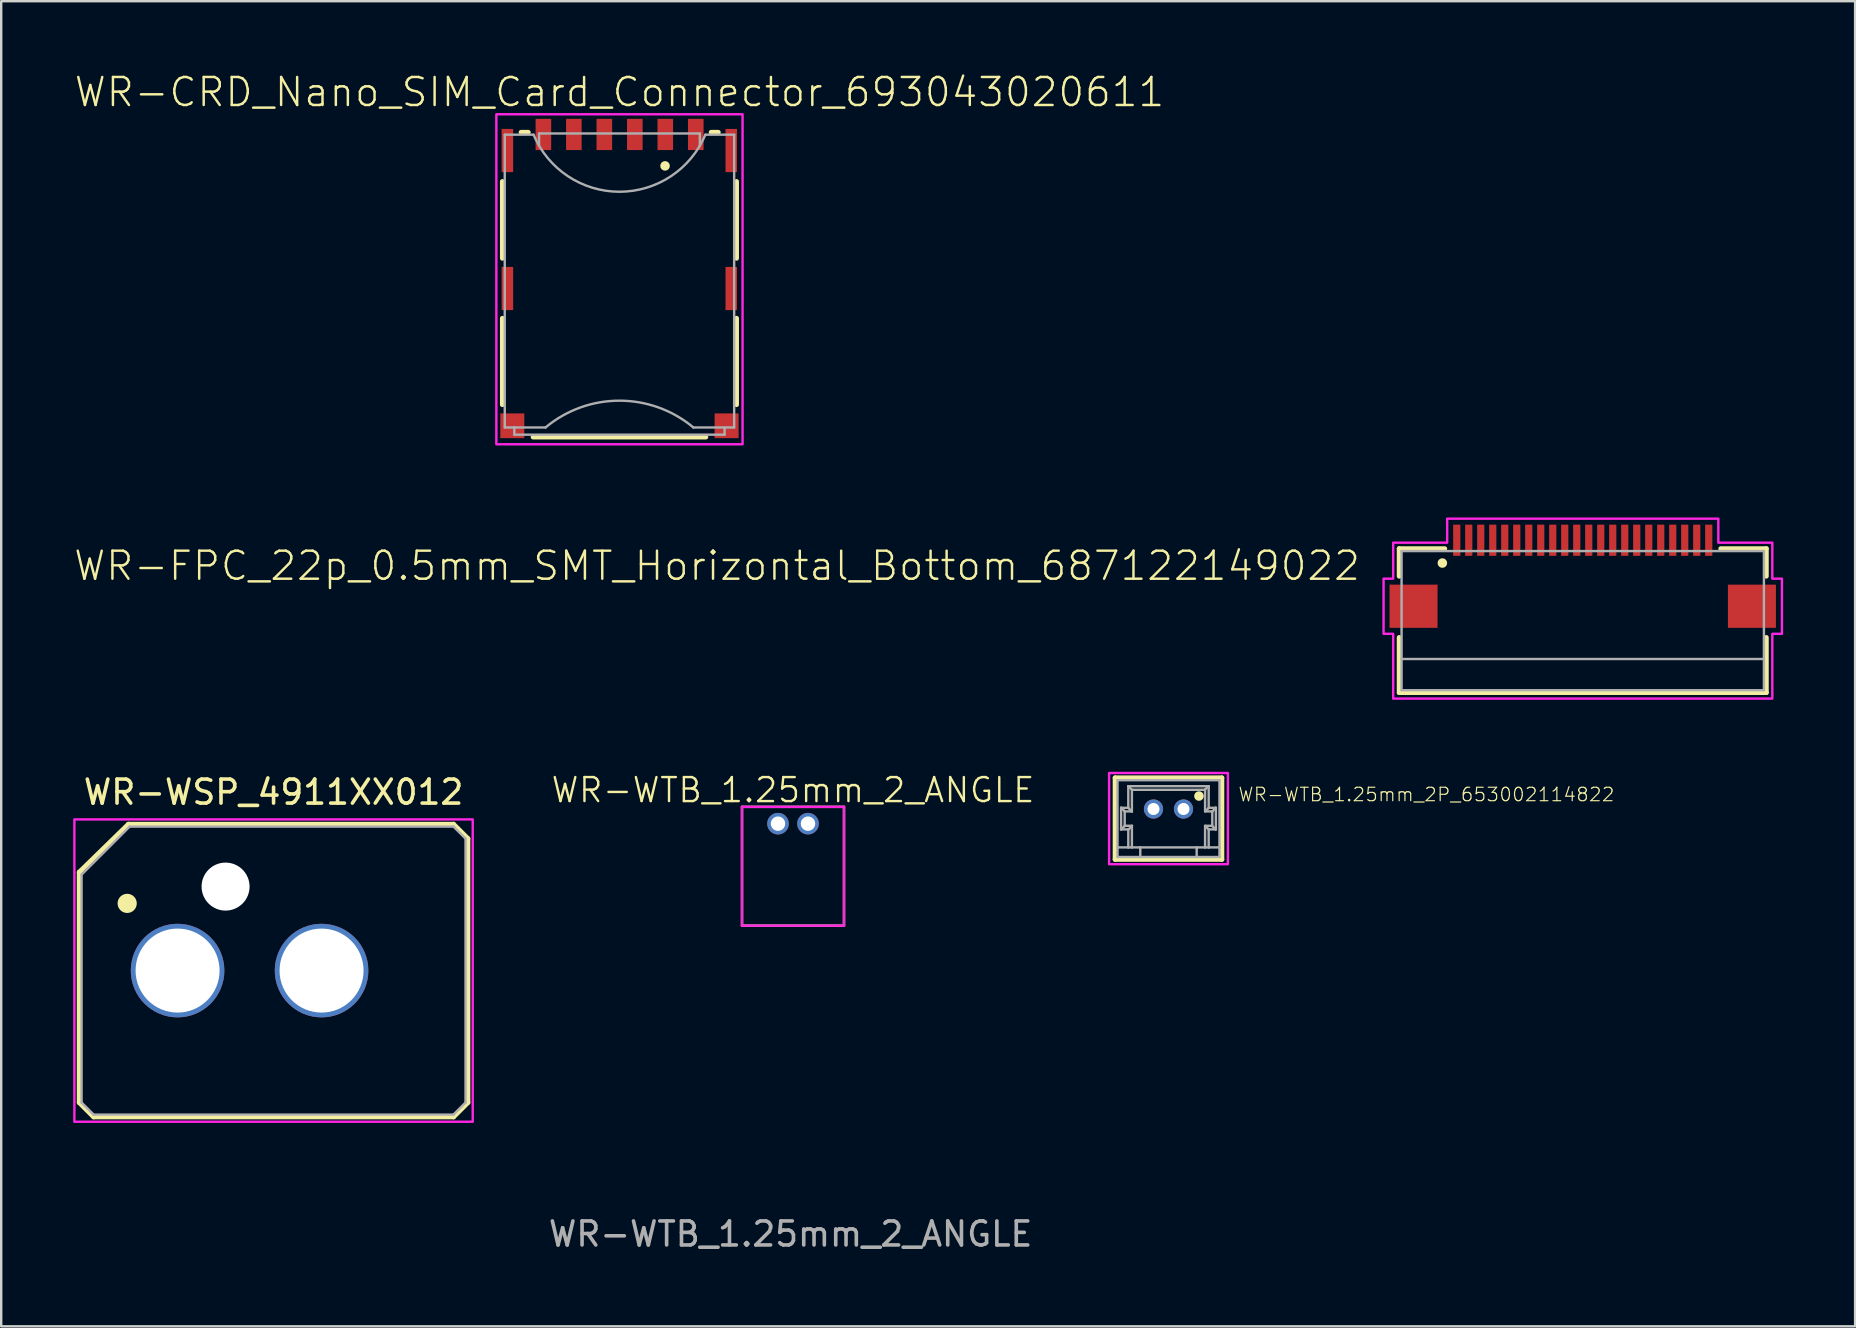
<source format=kicad_pcb>
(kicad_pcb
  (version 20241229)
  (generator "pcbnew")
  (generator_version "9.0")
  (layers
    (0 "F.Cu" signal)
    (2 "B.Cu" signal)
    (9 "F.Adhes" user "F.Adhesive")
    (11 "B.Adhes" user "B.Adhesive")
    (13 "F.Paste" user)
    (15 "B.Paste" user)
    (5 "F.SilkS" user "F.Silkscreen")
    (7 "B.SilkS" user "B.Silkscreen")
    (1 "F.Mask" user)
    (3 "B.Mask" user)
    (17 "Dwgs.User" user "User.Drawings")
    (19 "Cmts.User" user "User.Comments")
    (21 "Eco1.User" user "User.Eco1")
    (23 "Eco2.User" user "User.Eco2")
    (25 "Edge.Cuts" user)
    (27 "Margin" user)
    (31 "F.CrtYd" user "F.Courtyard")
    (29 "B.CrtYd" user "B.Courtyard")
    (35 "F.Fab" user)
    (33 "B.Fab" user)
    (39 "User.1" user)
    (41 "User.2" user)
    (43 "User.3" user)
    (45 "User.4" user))
  (footprint "WR-WSP_4911XX012"
    (layer "F.Cu")
    (at 8.35 37.396)
    (property "Reference" "WR-WSP_4911XX012" (at 0 -7.435 0) (layer "F.SilkS") (effects (font (size 1 1) (thickness 0.15))))
    (attr through_hole)
    (fp_line (start -8.1 -4.1) (end -6.05 -6.1) (stroke (width 0.2) (type solid)) (layer "F.SilkS"))
    (fp_line (start -8.1 5.5) (end -8.1 -4.1) (stroke (width 0.2) (type solid)) (layer "F.SilkS"))
    (fp_line (start -8.1 5.5) (end -7.5 6.1) (stroke (width 0.2) (type solid)) (layer "F.SilkS"))
    (fp_line (start -6.05 -6.1) (end 7.5 -6.1) (stroke (width 0.2) (type solid)) (layer "F.SilkS"))
    (fp_line (start 7.5 6.1) (end -7.5 6.1) (stroke (width 0.2) (type solid)) (layer "F.SilkS"))
    (fp_line (start 8.1 -5.5) (end 7.5 -6.1) (stroke (width 0.2) (type solid)) (layer "F.SilkS"))
    (fp_line (start 8.1 -5.5) (end 8.1 5.5) (stroke (width 0.2) (type solid)) (layer "F.SilkS"))
    (fp_line (start 8.1 5.5) (end 7.5 6.1) (stroke (width 0.2) (type solid)) (layer "F.SilkS"))
    (fp_circle (center -6.1 -2.8) (end -5.9 -2.8) (stroke (width 0.4) (type solid)) (fill no) (layer "F.SilkS"))
    (fp_poly (pts (xy -8.3 -6.3) (xy 8.3 -6.3) (xy 8.3 6.3) (xy -8.3 6.3)) (stroke (width 0.1) (type solid)) (fill no) (layer "F.CrtYd"))
    (fp_line (start -8 -4) (end -6 -6) (stroke (width 0.1) (type solid)) (layer "F.Fab"))
    (fp_line (start -8 5.5) (end -8 -4) (stroke (width 0.1) (type solid)) (layer "F.Fab"))
    (fp_line (start -8 5.5) (end -7.5 6) (stroke (width 0.1) (type solid)) (layer "F.Fab"))
    (fp_line (start -6 -6) (end 7.5 -6) (stroke (width 0.1) (type solid)) (layer "F.Fab"))
    (fp_line (start 7.5 -6) (end 8 -5.5) (stroke (width 0.1) (type solid)) (layer "F.Fab"))
    (fp_line (start 7.5 6) (end -7.5 6) (stroke (width 0.1) (type solid)) (layer "F.Fab"))
    (fp_line (start 7.5 6) (end 8 5.5) (stroke (width 0.1) (type solid)) (layer "F.Fab"))
    (fp_line (start 8 -5.5) (end 8 5.5) (stroke (width 0.1) (type solid)) (layer "F.Fab"))
    (pad "" np_thru_hole circle (at -2 -3.5) (size 2 2) (drill 2) (layers "*.Cu" "*.Mask"))
    (pad "1" thru_hole circle (at -4 0) (size 3.9 3.9) (drill 3.5) (layers "*.Cu" "*.Mask"))
    (pad "2" thru_hole circle (at 2 0) (size 3.9 3.9) (drill 3.5) (layers "*.Cu" "*.Mask")))
  (footprint "WR-CRD_Nano_SIM_Card_Connector_693043020611"
    (layer "F.Cu")
    (at 22.764 8.973)
    (property "Reference" "WR-CRD_Nano_SIM_Card_Connector_693043020611" (at 0 -7.5 0) (unlocked yes) (layer "F.SilkS") (effects (font (size 1.168 1.168) (thickness 0.102)) (justify bottom)))
    (fp_line (start -4.88 -4.46) (end -4.88 -1.26) (stroke (width 0.2) (type solid)) (layer "F.SilkS"))
    (fp_line (start -4.88 1.24) (end -4.88 4.84) (stroke (width 0.2) (type solid)) (layer "F.SilkS"))
    (fp_line (start -4.1 -6.51) (end -3.8 -6.51) (stroke (width 0.2) (type solid)) (layer "F.SilkS"))
    (fp_line (start -3.6 6.19) (end 3.6 6.19) (stroke (width 0.2) (type solid)) (layer "F.SilkS"))
    (fp_line (start 3.82 -6.51) (end 4.12 -6.51) (stroke (width 0.2) (type solid)) (layer "F.SilkS"))
    (fp_line (start 4.88 -1.26) (end 4.88 -4.46) (stroke (width 0.2) (type solid)) (layer "F.SilkS"))
    (fp_line (start 4.88 4.84) (end 4.88 1.24) (stroke (width 0.2) (type solid)) (layer "F.SilkS"))
    (fp_circle (center 1.9 -5.11) (end 2 -5.11) (stroke (width 0.2) (type solid)) (fill no) (layer "F.SilkS"))
    (fp_poly (pts (xy 5.13 6.49) (xy -5.13 6.49) (xy -5.13 -7.26) (xy 5.13 -7.26)) (stroke (width 0.1) (type solid)) (fill no) (layer "F.CrtYd"))
    (fp_line (start -4.78 -6.41) (end -3.58 -6.41) (stroke (width 0.1) (type solid)) (layer "F.Fab"))
    (fp_line (start -4.78 5.79) (end -4.78 -6.41) (stroke (width 0.1) (type solid)) (layer "F.Fab"))
    (fp_line (start -4.78 5.79) (end -4.38 5.79) (stroke (width 0.1) (type solid)) (layer "F.Fab"))
    (fp_line (start -4.38 5.79) (end -4.38 6.09) (stroke (width 0.1) (type solid)) (layer "F.Fab"))
    (fp_line (start -4.38 5.79) (end -3.08 5.79) (stroke (width 0.1) (type solid)) (layer "F.Fab"))
    (fp_line (start -3.35 -6.46) (end 3.35 -6.46) (stroke (width 0.1) (type solid)) (layer "F.Fab"))
    (fp_line (start -3.35 -5.96) (end -3.35 -6.46) (stroke (width 0.1) (type solid)) (layer "F.Fab"))
    (fp_line (start 3.35 -6.46) (end 3.35 -5.95) (stroke (width 0.1) (type solid)) (layer "F.Fab"))
    (fp_line (start 4.38 5.8) (end 4.38 6.09) (stroke (width 0.1) (type solid)) (layer "F.Fab"))
    (fp_line (start 4.38 6.09) (end -4.38 6.09) (stroke (width 0.1) (type solid)) (layer "F.Fab"))
    (fp_line (start 4.78 -6.41) (end 3.58 -6.41) (stroke (width 0.1) (type solid)) (layer "F.Fab"))
    (fp_line (start 4.78 -6.41) (end 4.78 5.79) (stroke (width 0.1) (type solid)) (layer "F.Fab"))
    (fp_line (start 4.78 5.79) (end 3.08 5.79) (stroke (width 0.1) (type solid)) (layer "F.Fab"))
    (fp_arc (start -3.08 5.79) (mid 0 4.67397) (end 3.08 5.79) (stroke (width 0.1) (type solid)) (layer "F.Fab"))
    (fp_arc (start 3.58 -6.409999) (mid 0 -4.032805) (end -3.58 -6.41) (stroke (width 0.1) (type solid)) (layer "F.Fab"))
    (pad "1" smd rect (at 1.91 -6.42) (size 0.65 1.3) (layers "F.Cu" "F.Mask" "F.Paste"))
    (pad "2" smd rect (at -0.63 -6.42) (size 0.65 1.3) (layers "F.Cu" "F.Mask" "F.Paste"))
    (pad "3" smd rect (at -1.9 -6.42) (size 0.65 1.3) (layers "F.Cu" "F.Mask" "F.Paste"))
    (pad "5" smd rect (at -4.67 -5.75) (size 0.48 1.8) (layers "F.Cu" "F.Mask" "F.Paste"))
    (pad "5" smd rect (at -4.67 0) (size 0.48 1.8) (layers "F.Cu" "F.Mask" "F.Paste"))
    (pad "5" smd rect (at -4.465 5.72 90) (size 1.03 1) (layers "F.Cu" "F.Mask" "F.Paste"))
    (pad "5" smd rect (at 3.18 -6.42) (size 0.65 1.3) (layers "F.Cu" "F.Mask" "F.Paste"))
    (pad "5" smd rect (at 4.465 5.72 90) (size 1.03 1) (layers "F.Cu" "F.Mask" "F.Paste"))
    (pad "5" smd rect (at 4.66 -5.75) (size 0.48 1.8) (layers "F.Cu" "F.Mask" "F.Paste"))
    (pad "5" smd rect (at 4.66 0) (size 0.48 1.8) (layers "F.Cu" "F.Mask" "F.Paste"))
    (pad "6" smd rect (at 0.64 -6.42) (size 0.65 1.3) (layers "F.Cu" "F.Mask" "F.Paste"))
    (pad "7" smd rect (at -3.17 -6.42) (size 0.65 1.3) (layers "F.Cu" "F.Mask" "F.Paste")))
  (footprint "WR-FPC_22p_0.5mm_SMT_Horizontal_Bottom_687122149022"
    (layer "F.Cu")
    (at 62.906 22.813)
    (property "Reference" "WR-FPC_22p_0.5mm_SMT_Horizontal_Bottom_687122149022" (at -9.2 -1.6 0) (unlocked yes) (layer "F.SilkS") (effects (font (size 1.168 1.168) (thickness 0.102)) (justify right bottom)))
    (fp_line (start -7.65 -3) (end -7.65 -1.85) (stroke (width 0.2) (type solid)) (layer "F.SilkS"))
    (fp_line (start -7.65 0.7) (end -7.65 3) (stroke (width 0.2) (type solid)) (layer "F.SilkS"))
    (fp_line (start -7.65 3) (end 7.65 3) (stroke (width 0.2) (type solid)) (layer "F.SilkS"))
    (fp_line (start -5.75 -3) (end -7.65 -3) (stroke (width 0.2) (type solid)) (layer "F.SilkS"))
    (fp_line (start 5.75 -3) (end 7.65 -3) (stroke (width 0.2) (type solid)) (layer "F.SilkS"))
    (fp_line (start 7.65 -3) (end 7.65 -1.85) (stroke (width 0.2) (type solid)) (layer "F.SilkS"))
    (fp_line (start 7.65 3) (end 7.65 0.7) (stroke (width 0.2) (type solid)) (layer "F.SilkS"))
    (fp_circle (center -5.85 -2.4) (end -5.75 -2.4) (stroke (width 0.2) (type solid)) (fill no) (layer "F.SilkS"))
    (fp_poly (pts (xy 5.65 -3.25) (xy 7.9 -3.25) (xy 7.9 -1.75) (xy 8.3 -1.75) (xy 8.3 0.55) (xy 7.9 0.55) (xy 7.9 3.25) (xy -7.9 3.25) (xy -7.9 0.55) (xy -8.3 0.55) (xy -8.3 -1.75) (xy -7.9 -1.75) (xy -7.9 -3.25) (xy -5.65 -3.25) (xy -5.65 -4.25) (xy 5.65 -4.25)) (stroke (width 0.1) (type solid)) (fill no) (layer "F.CrtYd"))
    (fp_line (start -7.55 -2.9) (end 7.55 -2.9) (stroke (width 0.1) (type solid)) (layer "F.Fab"))
    (fp_line (start -7.55 1.6) (end -7.55 -2.9) (stroke (width 0.1) (type solid)) (layer "F.Fab"))
    (fp_line (start -7.55 1.6) (end 7.55 1.6) (stroke (width 0.1) (type solid)) (layer "F.Fab"))
    (fp_line (start -7.55 2.9) (end -7.55 1.6) (stroke (width 0.1) (type solid)) (layer "F.Fab"))
    (fp_line (start 7.55 -2.9) (end 7.55 1.6) (stroke (width 0.1) (type solid)) (layer "F.Fab"))
    (fp_line (start 7.55 1.6) (end 7.55 2.9) (stroke (width 0.1) (type solid)) (layer "F.Fab"))
    (fp_line (start 7.55 2.9) (end -7.55 2.9) (stroke (width 0.1) (type solid)) (layer "F.Fab"))
    (pad "1" smd rect (at -5.25 -3.35) (size 0.3 1.3) (layers "F.Cu" "F.Mask" "F.Paste"))
    (pad "2" smd rect (at -4.75 -3.35) (size 0.3 1.3) (layers "F.Cu" "F.Mask" "F.Paste"))
    (pad "3" smd rect (at -4.25 -3.35) (size 0.3 1.3) (layers "F.Cu" "F.Mask" "F.Paste"))
    (pad "4" smd rect (at -3.75 -3.35) (size 0.3 1.3) (layers "F.Cu" "F.Mask" "F.Paste"))
    (pad "5" smd rect (at -3.25 -3.35) (size 0.3 1.3) (layers "F.Cu" "F.Mask" "F.Paste"))
    (pad "6" smd rect (at -2.75 -3.35) (size 0.3 1.3) (layers "F.Cu" "F.Mask" "F.Paste"))
    (pad "7" smd rect (at -2.25 -3.35) (size 0.3 1.3) (layers "F.Cu" "F.Mask" "F.Paste"))
    (pad "8" smd rect (at -1.75 -3.35) (size 0.3 1.3) (layers "F.Cu" "F.Mask" "F.Paste"))
    (pad "9" smd rect (at -1.25 -3.35) (size 0.3 1.3) (layers "F.Cu" "F.Mask" "F.Paste"))
    (pad "10" smd rect (at -0.75 -3.35) (size 0.3 1.3) (layers "F.Cu" "F.Mask" "F.Paste"))
    (pad "11" smd rect (at -0.25 -3.35) (size 0.3 1.3) (layers "F.Cu" "F.Mask" "F.Paste"))
    (pad "12" smd rect (at 0.25 -3.35) (size 0.3 1.3) (layers "F.Cu" "F.Mask" "F.Paste"))
    (pad "13" smd rect (at 0.75 -3.35) (size 0.3 1.3) (layers "F.Cu" "F.Mask" "F.Paste"))
    (pad "14" smd rect (at 1.25 -3.35) (size 0.3 1.3) (layers "F.Cu" "F.Mask" "F.Paste"))
    (pad "15" smd rect (at 1.75 -3.35) (size 0.3 1.3) (layers "F.Cu" "F.Mask" "F.Paste"))
    (pad "16" smd rect (at 2.25 -3.35) (size 0.3 1.3) (layers "F.Cu" "F.Mask" "F.Paste"))
    (pad "17" smd rect (at 2.75 -3.35) (size 0.3 1.3) (layers "F.Cu" "F.Mask" "F.Paste"))
    (pad "18" smd rect (at 3.25 -3.35) (size 0.3 1.3) (layers "F.Cu" "F.Mask" "F.Paste"))
    (pad "19" smd rect (at 3.75 -3.35) (size 0.3 1.3) (layers "F.Cu" "F.Mask" "F.Paste"))
    (pad "20" smd rect (at 4.25 -3.35) (size 0.3 1.3) (layers "F.Cu" "F.Mask" "F.Paste"))
    (pad "21" smd rect (at 4.75 -3.35) (size 0.3 1.3) (layers "F.Cu" "F.Mask" "F.Paste"))
    (pad "22" smd rect (at 5.25 -3.35) (size 0.3 1.3) (layers "F.Cu" "F.Mask" "F.Paste"))
    (pad "Z1" smd rect (at -7.05 -0.6) (size 2 1.8) (layers "F.Cu" "F.Mask" "F.Paste"))
    (pad "Z2" smd rect (at 7.05 -0.6) (size 2 1.8) (layers "F.Cu" "F.Mask" "F.Paste")))
  (footprint "WR-WTB_1.25mm_2_ANGLE"
    (layer "F.Cu")
    (at 29.996 31.274)
    (property "Reference" "WR-WTB_1.25mm_2_ANGLE" (at 0 -1.4 0) (unlocked yes) (layer "F.SilkS") (effects (font (size 1 1) (thickness 0.1))))
    (attr through_hole)
    (fp_line (start -2.125 -0.7) (end 2.125 -0.7) (stroke (width 0.1) (type default)) (layer "F.SilkS"))
    (fp_line (start -2.125 4.25) (end -2.125 -0.7) (stroke (width 0.1) (type default)) (layer "F.SilkS"))
    (fp_line (start 2.125 -0.7) (end 2.125 4.25) (stroke (width 0.1) (type default)) (layer "F.SilkS"))
    (fp_line (start 2.125 4.25) (end -2.125 4.25) (stroke (width 0.1) (type default)) (layer "F.SilkS"))
    (fp_line (start -2.125 -0.7) (end 2.125 -0.7) (stroke (width 0.1) (type default)) (layer "F.CrtYd"))
    (fp_line (start -2.125 4.25) (end -2.125 -0.7) (stroke (width 0.1) (type default)) (layer "F.CrtYd"))
    (fp_line (start 2.125 -0.7) (end 2.125 4.25) (stroke (width 0.1) (type default)) (layer "F.CrtYd"))
    (fp_line (start 2.125 4.25) (end -2.125 4.25) (stroke (width 0.1) (type default)) (layer "F.CrtYd"))
    (fp_text user "${REFERENCE}" (at -0.1 17.1 0) (unlocked yes) (layer "F.Fab") (effects (font (size 1 1) (thickness 0.15))))
    (pad "1" thru_hole circle (at 0.625 0) (size 0.9 0.9) (drill 0.6) (layers "*.Cu" "*.Mask"))
    (pad "2" thru_hole circle (at -0.625 0) (size 0.9 0.9) (drill 0.6) (layers "*.Cu" "*.Mask")))
  (footprint "WR-WTB_1.25mm_2P_653002114822"
    (layer "F.Cu")
    (at 45.643 31.063)
    (property "Reference" "WR-WTB_1.25mm_2P_653002114822" (at 2.875 -0.675 0) (layer "F.SilkS") (effects (font (size 0.561 0.561) (thickness 0.049)) (justify left bottom)))
    (fp_line (start -2.225 -1.7) (end 2.225 -1.7) (stroke (width 0.2) (type solid)) (layer "F.SilkS"))
    (fp_line (start -2.225 1.7) (end -2.225 -1.7) (stroke (width 0.2) (type solid)) (layer "F.SilkS"))
    (fp_line (start 2.225 -1.7) (end 2.225 1.7) (stroke (width 0.2) (type solid)) (layer "F.SilkS"))
    (fp_line (start 2.225 1.7) (end -2.225 1.7) (stroke (width 0.2) (type solid)) (layer "F.SilkS"))
    (fp_circle (center 1.27 -0.94) (end 1.37 -0.94) (stroke (width 0.2) (type solid)) (fill no) (layer "F.SilkS"))
    (fp_poly (pts (xy 2.475 1.9) (xy -2.475 1.9) (xy -2.475 -1.9) (xy 2.475 -1.9)) (stroke (width 0.1) (type solid)) (fill no) (layer "F.CrtYd"))
    (fp_line (start -2.125 -1.6) (end 2.125 -1.6) (stroke (width 0.1) (type solid)) (layer "F.Fab"))
    (fp_line (start -2.125 1.2) (end -2.125 -1.6) (stroke (width 0.1) (type solid)) (layer "F.Fab"))
    (fp_line (start -2.125 1.2) (end -1.675 1.2) (stroke (width 0.1) (type solid)) (layer "F.Fab"))
    (fp_line (start -2.125 1.6) (end -2.125 1.2) (stroke (width 0.1) (type solid)) (layer "F.Fab"))
    (fp_line (start -1.98 0.45) (end -1.8 0.29) (stroke (width 0.1) (type solid)) (layer "F.Fab"))
    (fp_line (start -1.975 -0.45) (end -1.97 -0.45) (stroke (width 0.1) (type solid)) (layer "F.Fab"))
    (fp_line (start -1.975 0.45) (end -1.975 -0.45) (stroke (width 0.1) (type solid)) (layer "F.Fab"))
    (fp_line (start -1.97 -0.45) (end -1.675 -0.45) (stroke (width 0.1) (type solid)) (layer "F.Fab"))
    (fp_line (start -1.825 -0.3) (end -1.825 0.3) (stroke (width 0.1) (type solid)) (layer "F.Fab"))
    (fp_line (start -1.825 0.3) (end -1.525 0.3) (stroke (width 0.1) (type solid)) (layer "F.Fab"))
    (fp_line (start -1.81 -0.29) (end -1.97 -0.45) (stroke (width 0.1) (type solid)) (layer "F.Fab"))
    (fp_line (start -1.69 -0.46) (end -1.53 -0.3) (stroke (width 0.1) (type solid)) (layer "F.Fab"))
    (fp_line (start -1.675 -1.35) (end -1.67 -1.35) (stroke (width 0.1) (type solid)) (layer "F.Fab"))
    (fp_line (start -1.675 -0.45) (end -1.675 -1.35) (stroke (width 0.1) (type solid)) (layer "F.Fab"))
    (fp_line (start -1.675 0.45) (end -1.975 0.45) (stroke (width 0.1) (type solid)) (layer "F.Fab"))
    (fp_line (start -1.675 1.2) (end -1.675 0.45) (stroke (width 0.1) (type solid)) (layer "F.Fab"))
    (fp_line (start -1.675 1.2) (end -1.525 1.2) (stroke (width 0.1) (type solid)) (layer "F.Fab"))
    (fp_line (start -1.67 -1.35) (end 1.67 -1.35) (stroke (width 0.1) (type solid)) (layer "F.Fab"))
    (fp_line (start -1.67 0.46) (end -1.52 0.3) (stroke (width 0.1) (type solid)) (layer "F.Fab"))
    (fp_line (start -1.53 -0.3) (end -1.825 -0.3) (stroke (width 0.1) (type solid)) (layer "F.Fab"))
    (fp_line (start -1.525 -1.2) (end -1.525 -0.3) (stroke (width 0.1) (type solid)) (layer "F.Fab"))
    (fp_line (start -1.525 -1.2) (end 1.525 -1.2) (stroke (width 0.1) (type solid)) (layer "F.Fab"))
    (fp_line (start -1.525 -0.3) (end -1.53 -0.3) (stroke (width 0.1) (type solid)) (layer "F.Fab"))
    (fp_line (start -1.525 0.3) (end -1.525 1.2) (stroke (width 0.1) (type solid)) (layer "F.Fab"))
    (fp_line (start -1.525 1.2) (end -1.175 1.2) (stroke (width 0.1) (type solid)) (layer "F.Fab"))
    (fp_line (start -1.51 -1.19) (end -1.67 -1.35) (stroke (width 0.1) (type solid)) (layer "F.Fab"))
    (fp_line (start -1.175 1.2) (end -1.175 1.6) (stroke (width 0.1) (type solid)) (layer "F.Fab"))
    (fp_line (start -1.175 1.2) (end 1.175 1.2) (stroke (width 0.1) (type solid)) (layer "F.Fab"))
    (fp_line (start -1.175 1.6) (end -2.125 1.6) (stroke (width 0.1) (type solid)) (layer "F.Fab"))
    (fp_line (start 1.175 1.2) (end 1.175 1.6) (stroke (width 0.1) (type solid)) (layer "F.Fab"))
    (fp_line (start 1.175 1.2) (end 1.525 1.2) (stroke (width 0.1) (type solid)) (layer "F.Fab"))
    (fp_line (start 1.175 1.6) (end -1.175 1.6) (stroke (width 0.1) (type solid)) (layer "F.Fab"))
    (fp_line (start 1.5 -1.19) (end 1.67 -1.35) (stroke (width 0.1) (type solid)) (layer "F.Fab"))
    (fp_line (start 1.525 -1.2) (end 1.525 -0.3) (stroke (width 0.1) (type solid)) (layer "F.Fab"))
    (fp_line (start 1.525 -0.3) (end 1.825 -0.3) (stroke (width 0.1) (type solid)) (layer "F.Fab"))
    (fp_line (start 1.525 0.3) (end 1.525 1.2) (stroke (width 0.1) (type solid)) (layer "F.Fab"))
    (fp_line (start 1.525 1.2) (end 1.675 1.2) (stroke (width 0.1) (type solid)) (layer "F.Fab"))
    (fp_line (start 1.53 -0.31) (end 1.69 -0.45) (stroke (width 0.1) (type solid)) (layer "F.Fab"))
    (fp_line (start 1.53 0.31) (end 1.69 0.46) (stroke (width 0.1) (type solid)) (layer "F.Fab"))
    (fp_line (start 1.67 -1.35) (end 1.675 -1.35) (stroke (width 0.1) (type solid)) (layer "F.Fab"))
    (fp_line (start 1.675 -1.35) (end 1.675 -0.45) (stroke (width 0.1) (type solid)) (layer "F.Fab"))
    (fp_line (start 1.675 -0.45) (end 1.69 -0.45) (stroke (width 0.1) (type solid)) (layer "F.Fab"))
    (fp_line (start 1.675 0.45) (end 1.675 1.2) (stroke (width 0.1) (type solid)) (layer "F.Fab"))
    (fp_line (start 1.675 1.2) (end 2.125 1.2) (stroke (width 0.1) (type solid)) (layer "F.Fab"))
    (fp_line (start 1.69 -0.45) (end 1.97 -0.45) (stroke (width 0.1) (type solid)) (layer "F.Fab"))
    (fp_line (start 1.81 0.3) (end 1.525 0.3) (stroke (width 0.1) (type solid)) (layer "F.Fab"))
    (fp_line (start 1.81 0.3) (end 1.97 0.45) (stroke (width 0.1) (type solid)) (layer "F.Fab"))
    (fp_line (start 1.82 -0.29) (end 1.97 -0.45) (stroke (width 0.1) (type solid)) (layer "F.Fab"))
    (fp_line (start 1.825 -0.3) (end 1.825 0.3) (stroke (width 0.1) (type solid)) (layer "F.Fab"))
    (fp_line (start 1.825 0.3) (end 1.81 0.3) (stroke (width 0.1) (type solid)) (layer "F.Fab"))
    (fp_line (start 1.97 -0.45) (end 1.975 -0.45) (stroke (width 0.1) (type solid)) (layer "F.Fab"))
    (fp_line (start 1.97 0.45) (end 1.675 0.45) (stroke (width 0.1) (type solid)) (layer "F.Fab"))
    (fp_line (start 1.975 -0.45) (end 1.975 0.45) (stroke (width 0.1) (type solid)) (layer "F.Fab"))
    (fp_line (start 1.975 0.45) (end 1.97 0.45) (stroke (width 0.1) (type solid)) (layer "F.Fab"))
    (fp_line (start 2.125 -1.6) (end 2.125 1.2) (stroke (width 0.1) (type solid)) (layer "F.Fab"))
    (fp_line (start 2.125 1.2) (end 2.125 1.6) (stroke (width 0.1) (type solid)) (layer "F.Fab"))
    (fp_line (start 2.125 1.6) (end 1.175 1.6) (stroke (width 0.1) (type solid)) (layer "F.Fab"))
    (pad "1" thru_hole circle (at 0.625 -0.4) (size 0.8 0.8) (drill 0.5) (layers "*.Cu" "*.Mask"))
    (pad "2" thru_hole circle (at -0.625 -0.4) (size 0.8 0.8) (drill 0.5) (layers "*.Cu" "*.Mask")))
  (gr_rect
    (start -3 -3)
    (end 74.256 52.222)
    (stroke (width 0.1) (type default))
    (fill no)
    (layer "Edge.Cuts")))
</source>
